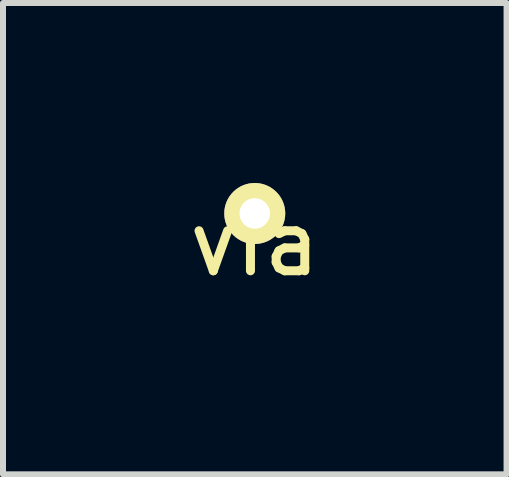
<source format=kicad_pcb>
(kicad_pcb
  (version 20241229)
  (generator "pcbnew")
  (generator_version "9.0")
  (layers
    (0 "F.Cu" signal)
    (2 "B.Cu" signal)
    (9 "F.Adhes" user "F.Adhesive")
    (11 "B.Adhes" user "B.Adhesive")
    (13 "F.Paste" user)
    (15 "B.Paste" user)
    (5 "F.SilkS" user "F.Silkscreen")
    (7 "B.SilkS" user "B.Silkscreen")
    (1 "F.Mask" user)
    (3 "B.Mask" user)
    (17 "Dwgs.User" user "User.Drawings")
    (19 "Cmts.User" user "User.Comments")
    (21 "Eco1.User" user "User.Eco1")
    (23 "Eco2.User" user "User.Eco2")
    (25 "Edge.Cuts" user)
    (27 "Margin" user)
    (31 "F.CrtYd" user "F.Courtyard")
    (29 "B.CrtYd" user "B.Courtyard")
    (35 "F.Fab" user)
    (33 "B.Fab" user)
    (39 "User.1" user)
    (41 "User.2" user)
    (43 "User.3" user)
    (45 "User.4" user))
  (footprint "via"
    (layer "F.Cu")
    (at 1.196 0.508)
    (property "Reference" "via" (at 0 0.5 0) (layer "F.SilkS") (effects (font (size 1 1) (thickness 0.15))))
    (attr through_hole)
    (pad "1" thru_hole circle (at 0 0) (size 1.016 1.016) (drill 0.508) (layers "*.Cu" "*.Mask" "F.SilkS")))
  (gr_rect
    (start -3 -3)
    (end 5.393 4.856)
    (stroke (width 0.1) (type default))
    (fill no)
    (layer "Edge.Cuts")))
</source>
